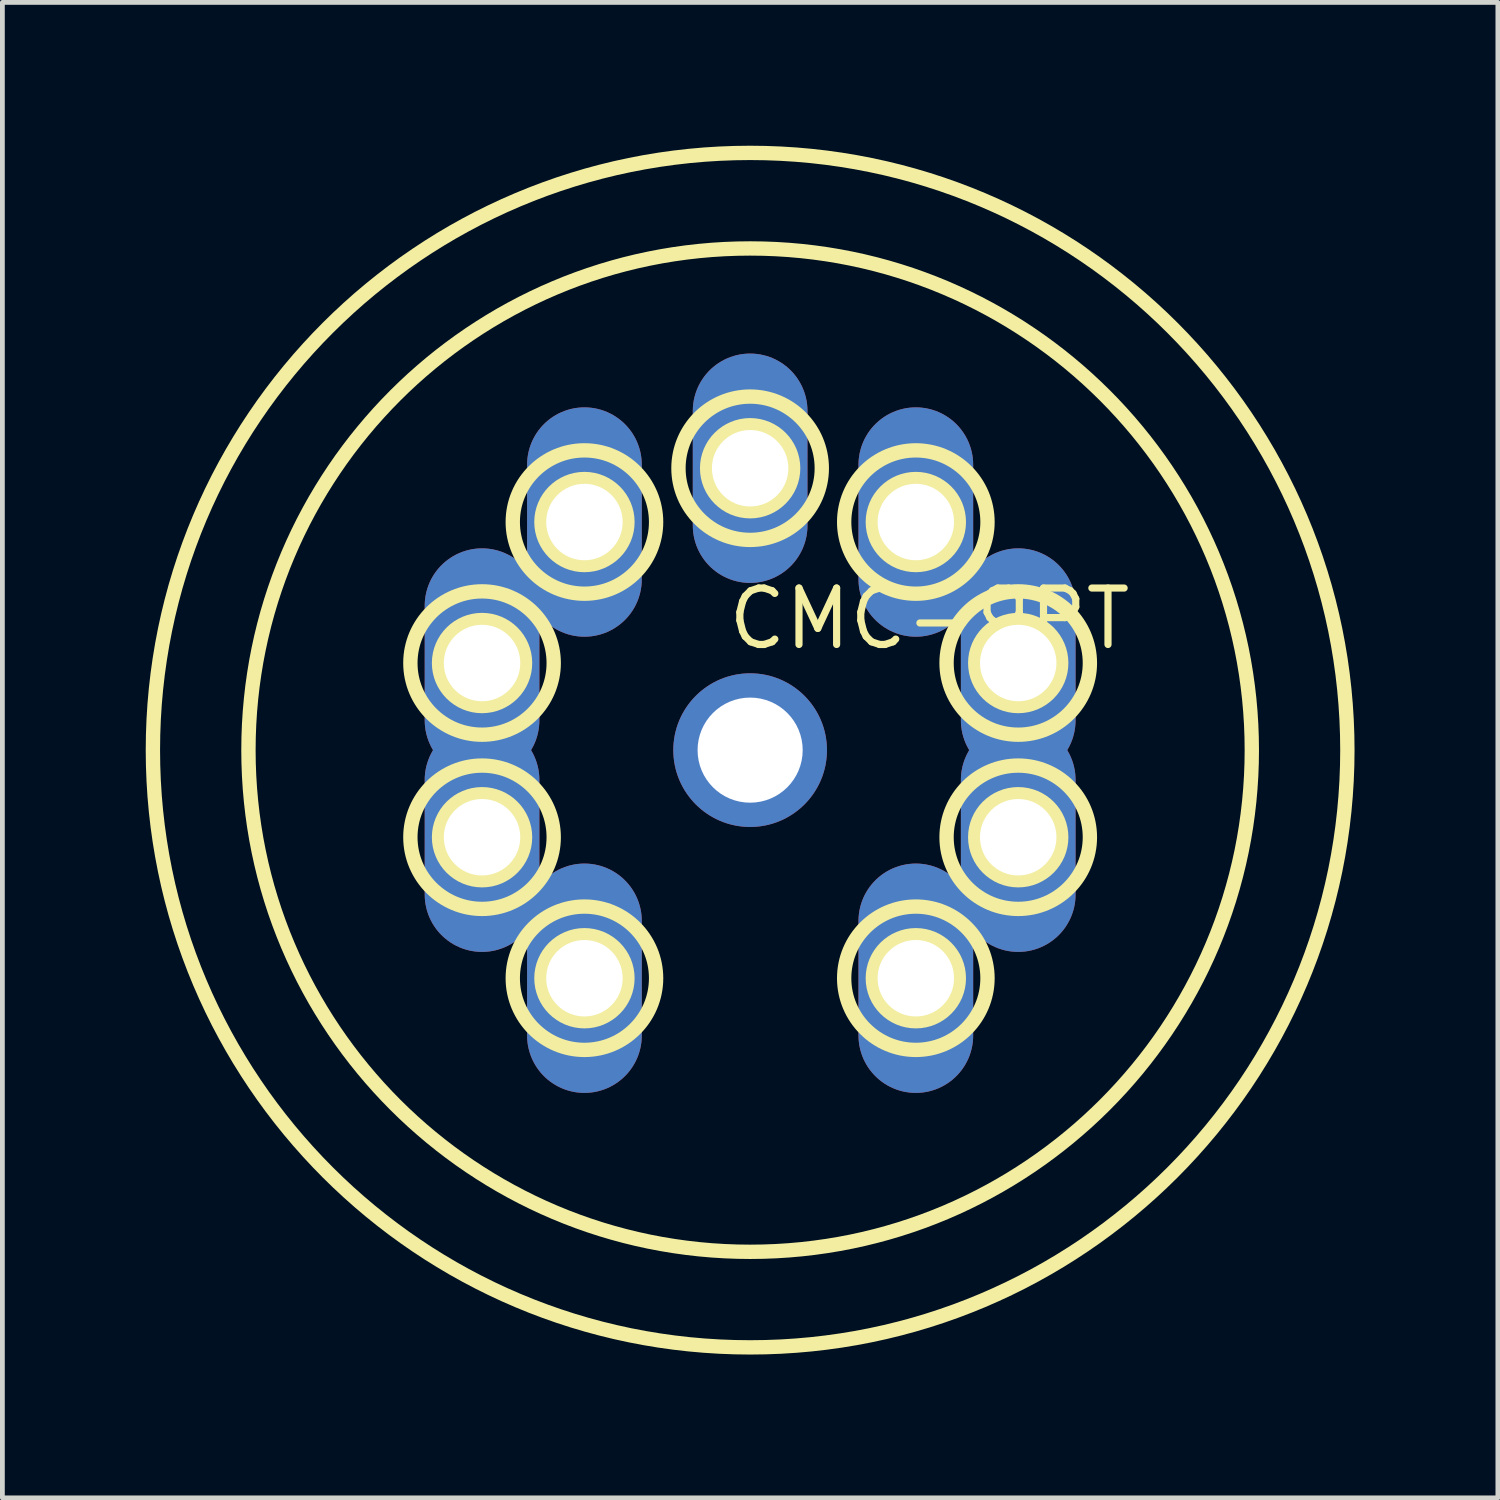
<source format=kicad_pcb>
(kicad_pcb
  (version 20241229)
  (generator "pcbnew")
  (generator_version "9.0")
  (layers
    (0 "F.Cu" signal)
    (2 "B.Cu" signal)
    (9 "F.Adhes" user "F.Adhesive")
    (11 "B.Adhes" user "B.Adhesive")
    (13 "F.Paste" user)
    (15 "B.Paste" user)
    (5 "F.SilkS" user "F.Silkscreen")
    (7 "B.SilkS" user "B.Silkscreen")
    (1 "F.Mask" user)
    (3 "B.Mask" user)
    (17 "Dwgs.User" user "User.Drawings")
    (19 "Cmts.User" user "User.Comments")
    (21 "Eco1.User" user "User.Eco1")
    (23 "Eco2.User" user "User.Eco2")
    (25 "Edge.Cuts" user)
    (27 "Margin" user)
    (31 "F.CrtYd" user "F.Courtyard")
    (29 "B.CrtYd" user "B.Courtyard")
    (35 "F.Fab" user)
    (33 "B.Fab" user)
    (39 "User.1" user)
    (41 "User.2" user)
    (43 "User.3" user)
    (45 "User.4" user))
  (footprint "CMC-9PT"
    (layer "F.Cu")
    (at 12.65 12.65)
    (property "Reference" "CMC-9PT" (at 3.75 -2.75 0) (layer "F.SilkS") (effects (font (size 1.181 1.181) (thickness 0.15))))
    (attr through_hole)
    (fp_circle (center -5.611 -1.823) (end -4.711 -1.823) (stroke (width 0.3) (type solid)) (fill no) (layer "F.SilkS"))
    (fp_circle (center -5.611 -1.823) (end -4.111 -1.823) (stroke (width 0.3) (type solid)) (fill no) (layer "F.SilkS"))
    (fp_circle (center -5.611 1.823) (end -4.711 1.823) (stroke (width 0.3) (type solid)) (fill no) (layer "F.SilkS"))
    (fp_circle (center -5.611 1.823) (end -4.111 1.823) (stroke (width 0.3) (type solid)) (fill no) (layer "F.SilkS"))
    (fp_circle (center -3.468 -4.774) (end -2.568 -4.774) (stroke (width 0.3) (type solid)) (fill no) (layer "F.SilkS"))
    (fp_circle (center -3.468 -4.774) (end -1.968 -4.774) (stroke (width 0.3) (type solid)) (fill no) (layer "F.SilkS"))
    (fp_circle (center -3.468 4.774) (end -2.568 4.774) (stroke (width 0.3) (type solid)) (fill no) (layer "F.SilkS"))
    (fp_circle (center -3.468 4.774) (end -1.968 4.774) (stroke (width 0.3) (type solid)) (fill no) (layer "F.SilkS"))
    (fp_circle (center 0 -5.9) (end 0.9 -5.9) (stroke (width 0.3) (type solid)) (fill no) (layer "F.SilkS"))
    (fp_circle (center 0 -5.9) (end 1.5 -5.9) (stroke (width 0.3) (type solid)) (fill no) (layer "F.SilkS"))
    (fp_circle (center 0 0) (end 10.5 0) (stroke (width 0.3) (type solid)) (fill no) (layer "F.SilkS"))
    (fp_circle (center 0 0) (end 12.5 0) (stroke (width 0.3) (type solid)) (fill no) (layer "F.SilkS"))
    (fp_circle (center 3.468 -4.774) (end 4.368 -4.774) (stroke (width 0.3) (type solid)) (fill no) (layer "F.SilkS"))
    (fp_circle (center 3.468 -4.774) (end 4.968 -4.774) (stroke (width 0.3) (type solid)) (fill no) (layer "F.SilkS"))
    (fp_circle (center 3.468 4.774) (end 4.368 4.774) (stroke (width 0.3) (type solid)) (fill no) (layer "F.SilkS"))
    (fp_circle (center 3.468 4.774) (end 4.968 4.774) (stroke (width 0.3) (type solid)) (fill no) (layer "F.SilkS"))
    (fp_circle (center 5.611 -1.823) (end 6.511 -1.823) (stroke (width 0.3) (type solid)) (fill no) (layer "F.SilkS"))
    (fp_circle (center 5.611 -1.823) (end 7.111 -1.823) (stroke (width 0.3) (type solid)) (fill no) (layer "F.SilkS"))
    (fp_circle (center 5.611 1.823) (end 6.511 1.823) (stroke (width 0.3) (type solid)) (fill no) (layer "F.SilkS"))
    (fp_circle (center 5.611 1.823) (end 7.111 1.823) (stroke (width 0.3) (type solid)) (fill no) (layer "F.SilkS"))
    (fp_line (start -1 0) (end 1 0) (stroke (width 0.1) (type solid)) (layer "Dwgs.User"))
    (fp_line (start 0 -1) (end 0 1) (stroke (width 0.1) (type solid)) (layer "Dwgs.User"))
    (pad "1" thru_hole oval (at 3.468 4.774) (size 2.4 4.8) (drill 1.6) (layers "*.Cu" "*.Mask"))
    (pad "2" thru_hole oval (at 5.611 1.823) (size 2.4 4.8) (drill 1.6) (layers "*.Cu" "*.Mask"))
    (pad "3" thru_hole oval (at 5.611 -1.823) (size 2.4 4.8) (drill 1.6) (layers "*.Cu" "*.Mask"))
    (pad "4" thru_hole oval (at 3.468 -4.774) (size 2.4 4.8) (drill 1.6) (layers "*.Cu" "*.Mask"))
    (pad "5" thru_hole oval (at 0 -5.9) (size 2.4 4.8) (drill 1.6) (layers "*.Cu" "*.Mask"))
    (pad "6" thru_hole oval (at -3.468 -4.774) (size 2.4 4.8) (drill 1.6) (layers "*.Cu" "*.Mask"))
    (pad "7" thru_hole oval (at -5.611 -1.823) (size 2.4 4.8) (drill 1.6) (layers "*.Cu" "*.Mask"))
    (pad "8" thru_hole oval (at -5.611 1.823) (size 2.4 4.8) (drill 1.6) (layers "*.Cu" "*.Mask"))
    (pad "9" thru_hole oval (at -3.468 4.774) (size 2.4 4.8) (drill 1.6) (layers "*.Cu" "*.Mask"))
    (pad "10" thru_hole circle (at 0 0) (size 3.216 3.216) (drill 2.2) (layers "*.Cu" "*.Mask")))
  (gr_rect
    (start -3 -3)
    (end 28.3 28.3)
    (stroke (width 0.1) (type default))
    (fill no)
    (layer "Edge.Cuts")))
</source>
